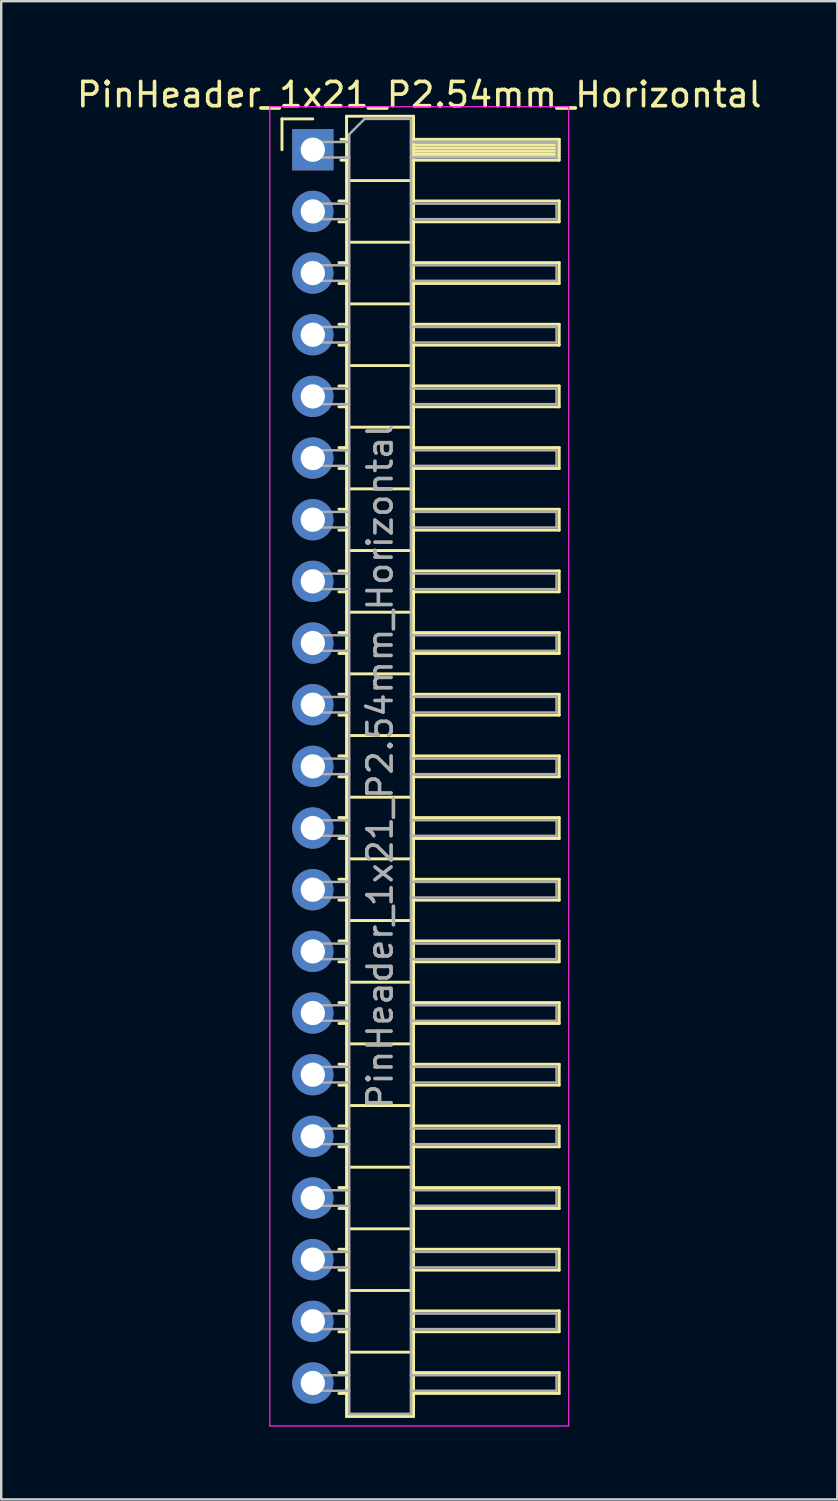
<source format=kicad_pcb>
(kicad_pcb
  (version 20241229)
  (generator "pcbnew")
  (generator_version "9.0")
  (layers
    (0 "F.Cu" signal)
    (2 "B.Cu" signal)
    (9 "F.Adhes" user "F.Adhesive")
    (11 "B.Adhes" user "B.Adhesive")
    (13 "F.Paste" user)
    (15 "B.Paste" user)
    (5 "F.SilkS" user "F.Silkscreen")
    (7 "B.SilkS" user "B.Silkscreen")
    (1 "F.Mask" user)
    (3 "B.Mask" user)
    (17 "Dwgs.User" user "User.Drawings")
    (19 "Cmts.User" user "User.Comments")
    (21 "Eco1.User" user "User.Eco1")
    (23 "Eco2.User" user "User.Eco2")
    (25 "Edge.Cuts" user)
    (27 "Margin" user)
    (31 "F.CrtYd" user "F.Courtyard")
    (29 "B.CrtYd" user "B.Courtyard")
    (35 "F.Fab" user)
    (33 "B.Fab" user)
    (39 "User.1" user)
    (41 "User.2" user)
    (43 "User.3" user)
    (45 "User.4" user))
  (footprint "PinHeader_1x21_P2.54mm_Horizontal"
    (layer "F.Cu")
    (at 9.835 3.118)
    (property "Reference" "PinHeader_1x21_P2.54mm_Horizontal" (at 4.385 -2.27 0) (layer "F.SilkS") (effects (font (size 1 1) (thickness 0.15))))
    (attr through_hole)
    (fp_line (start -1.27 -1.27) (end 0 -1.27) (stroke (width 0.12) (type solid)) (layer "F.SilkS"))
    (fp_line (start -1.27 0) (end -1.27 -1.27) (stroke (width 0.12) (type solid)) (layer "F.SilkS"))
    (fp_line (start 1.077 2.11) (end 1.39 2.11) (stroke (width 0.12) (type solid)) (layer "F.SilkS"))
    (fp_line (start 1.077 2.97) (end 1.39 2.97) (stroke (width 0.12) (type solid)) (layer "F.SilkS"))
    (fp_line (start 1.077 4.65) (end 1.39 4.65) (stroke (width 0.12) (type solid)) (layer "F.SilkS"))
    (fp_line (start 1.077 5.51) (end 1.39 5.51) (stroke (width 0.12) (type solid)) (layer "F.SilkS"))
    (fp_line (start 1.077 7.19) (end 1.39 7.19) (stroke (width 0.12) (type solid)) (layer "F.SilkS"))
    (fp_line (start 1.077 8.05) (end 1.39 8.05) (stroke (width 0.12) (type solid)) (layer "F.SilkS"))
    (fp_line (start 1.077 9.73) (end 1.39 9.73) (stroke (width 0.12) (type solid)) (layer "F.SilkS"))
    (fp_line (start 1.077 10.59) (end 1.39 10.59) (stroke (width 0.12) (type solid)) (layer "F.SilkS"))
    (fp_line (start 1.077 12.27) (end 1.39 12.27) (stroke (width 0.12) (type solid)) (layer "F.SilkS"))
    (fp_line (start 1.077 13.13) (end 1.39 13.13) (stroke (width 0.12) (type solid)) (layer "F.SilkS"))
    (fp_line (start 1.077 14.81) (end 1.39 14.81) (stroke (width 0.12) (type solid)) (layer "F.SilkS"))
    (fp_line (start 1.077 15.67) (end 1.39 15.67) (stroke (width 0.12) (type solid)) (layer "F.SilkS"))
    (fp_line (start 1.077 17.35) (end 1.39 17.35) (stroke (width 0.12) (type solid)) (layer "F.SilkS"))
    (fp_line (start 1.077 18.21) (end 1.39 18.21) (stroke (width 0.12) (type solid)) (layer "F.SilkS"))
    (fp_line (start 1.077 19.89) (end 1.39 19.89) (stroke (width 0.12) (type solid)) (layer "F.SilkS"))
    (fp_line (start 1.077 20.75) (end 1.39 20.75) (stroke (width 0.12) (type solid)) (layer "F.SilkS"))
    (fp_line (start 1.077 22.43) (end 1.39 22.43) (stroke (width 0.12) (type solid)) (layer "F.SilkS"))
    (fp_line (start 1.077 23.29) (end 1.39 23.29) (stroke (width 0.12) (type solid)) (layer "F.SilkS"))
    (fp_line (start 1.077 24.97) (end 1.39 24.97) (stroke (width 0.12) (type solid)) (layer "F.SilkS"))
    (fp_line (start 1.077 25.83) (end 1.39 25.83) (stroke (width 0.12) (type solid)) (layer "F.SilkS"))
    (fp_line (start 1.077 27.51) (end 1.39 27.51) (stroke (width 0.12) (type solid)) (layer "F.SilkS"))
    (fp_line (start 1.077 28.37) (end 1.39 28.37) (stroke (width 0.12) (type solid)) (layer "F.SilkS"))
    (fp_line (start 1.077 30.05) (end 1.39 30.05) (stroke (width 0.12) (type solid)) (layer "F.SilkS"))
    (fp_line (start 1.077 30.91) (end 1.39 30.91) (stroke (width 0.12) (type solid)) (layer "F.SilkS"))
    (fp_line (start 1.077 32.59) (end 1.39 32.59) (stroke (width 0.12) (type solid)) (layer "F.SilkS"))
    (fp_line (start 1.077 33.45) (end 1.39 33.45) (stroke (width 0.12) (type solid)) (layer "F.SilkS"))
    (fp_line (start 1.077 35.13) (end 1.39 35.13) (stroke (width 0.12) (type solid)) (layer "F.SilkS"))
    (fp_line (start 1.077 35.99) (end 1.39 35.99) (stroke (width 0.12) (type solid)) (layer "F.SilkS"))
    (fp_line (start 1.077 37.67) (end 1.39 37.67) (stroke (width 0.12) (type solid)) (layer "F.SilkS"))
    (fp_line (start 1.077 38.53) (end 1.39 38.53) (stroke (width 0.12) (type solid)) (layer "F.SilkS"))
    (fp_line (start 1.077 40.21) (end 1.39 40.21) (stroke (width 0.12) (type solid)) (layer "F.SilkS"))
    (fp_line (start 1.077 41.07) (end 1.39 41.07) (stroke (width 0.12) (type solid)) (layer "F.SilkS"))
    (fp_line (start 1.077 42.75) (end 1.39 42.75) (stroke (width 0.12) (type solid)) (layer "F.SilkS"))
    (fp_line (start 1.077 43.61) (end 1.39 43.61) (stroke (width 0.12) (type solid)) (layer "F.SilkS"))
    (fp_line (start 1.077 45.29) (end 1.39 45.29) (stroke (width 0.12) (type solid)) (layer "F.SilkS"))
    (fp_line (start 1.077 46.15) (end 1.39 46.15) (stroke (width 0.12) (type solid)) (layer "F.SilkS"))
    (fp_line (start 1.077 47.83) (end 1.39 47.83) (stroke (width 0.12) (type solid)) (layer "F.SilkS"))
    (fp_line (start 1.077 48.69) (end 1.39 48.69) (stroke (width 0.12) (type solid)) (layer "F.SilkS"))
    (fp_line (start 1.077 50.37) (end 1.39 50.37) (stroke (width 0.12) (type solid)) (layer "F.SilkS"))
    (fp_line (start 1.077 51.23) (end 1.39 51.23) (stroke (width 0.12) (type solid)) (layer "F.SilkS"))
    (fp_line (start 1.16 -0.43) (end 1.39 -0.43) (stroke (width 0.12) (type solid)) (layer "F.SilkS"))
    (fp_line (start 1.16 0.43) (end 1.39 0.43) (stroke (width 0.12) (type solid)) (layer "F.SilkS"))
    (fp_line (start 1.39 -1.38) (end 1.39 52.18) (stroke (width 0.12) (type solid)) (layer "F.SilkS"))
    (fp_line (start 1.39 1.27) (end 4.15 1.27) (stroke (width 0.12) (type solid)) (layer "F.SilkS"))
    (fp_line (start 1.39 3.81) (end 4.15 3.81) (stroke (width 0.12) (type solid)) (layer "F.SilkS"))
    (fp_line (start 1.39 6.35) (end 4.15 6.35) (stroke (width 0.12) (type solid)) (layer "F.SilkS"))
    (fp_line (start 1.39 8.89) (end 4.15 8.89) (stroke (width 0.12) (type solid)) (layer "F.SilkS"))
    (fp_line (start 1.39 11.43) (end 4.15 11.43) (stroke (width 0.12) (type solid)) (layer "F.SilkS"))
    (fp_line (start 1.39 13.97) (end 4.15 13.97) (stroke (width 0.12) (type solid)) (layer "F.SilkS"))
    (fp_line (start 1.39 16.51) (end 4.15 16.51) (stroke (width 0.12) (type solid)) (layer "F.SilkS"))
    (fp_line (start 1.39 19.05) (end 4.15 19.05) (stroke (width 0.12) (type solid)) (layer "F.SilkS"))
    (fp_line (start 1.39 21.59) (end 4.15 21.59) (stroke (width 0.12) (type solid)) (layer "F.SilkS"))
    (fp_line (start 1.39 24.13) (end 4.15 24.13) (stroke (width 0.12) (type solid)) (layer "F.SilkS"))
    (fp_line (start 1.39 26.67) (end 4.15 26.67) (stroke (width 0.12) (type solid)) (layer "F.SilkS"))
    (fp_line (start 1.39 29.21) (end 4.15 29.21) (stroke (width 0.12) (type solid)) (layer "F.SilkS"))
    (fp_line (start 1.39 31.75) (end 4.15 31.75) (stroke (width 0.12) (type solid)) (layer "F.SilkS"))
    (fp_line (start 1.39 34.29) (end 4.15 34.29) (stroke (width 0.12) (type solid)) (layer "F.SilkS"))
    (fp_line (start 1.39 36.83) (end 4.15 36.83) (stroke (width 0.12) (type solid)) (layer "F.SilkS"))
    (fp_line (start 1.39 39.37) (end 4.15 39.37) (stroke (width 0.12) (type solid)) (layer "F.SilkS"))
    (fp_line (start 1.39 41.91) (end 4.15 41.91) (stroke (width 0.12) (type solid)) (layer "F.SilkS"))
    (fp_line (start 1.39 44.45) (end 4.15 44.45) (stroke (width 0.12) (type solid)) (layer "F.SilkS"))
    (fp_line (start 1.39 46.99) (end 4.15 46.99) (stroke (width 0.12) (type solid)) (layer "F.SilkS"))
    (fp_line (start 1.39 49.53) (end 4.15 49.53) (stroke (width 0.12) (type solid)) (layer "F.SilkS"))
    (fp_line (start 1.39 52.18) (end 4.15 52.18) (stroke (width 0.12) (type solid)) (layer "F.SilkS"))
    (fp_line (start 4.15 -1.38) (end 1.39 -1.38) (stroke (width 0.12) (type solid)) (layer "F.SilkS"))
    (fp_line (start 4.15 -0.43) (end 10.15 -0.43) (stroke (width 0.12) (type solid)) (layer "F.SilkS"))
    (fp_line (start 4.15 -0.32) (end 10.15 -0.32) (stroke (width 0.12) (type solid)) (layer "F.SilkS"))
    (fp_line (start 4.15 -0.2) (end 10.15 -0.2) (stroke (width 0.12) (type solid)) (layer "F.SilkS"))
    (fp_line (start 4.15 -0.08) (end 10.15 -0.08) (stroke (width 0.12) (type solid)) (layer "F.SilkS"))
    (fp_line (start 4.15 0.04) (end 10.15 0.04) (stroke (width 0.12) (type solid)) (layer "F.SilkS"))
    (fp_line (start 4.15 0.16) (end 10.15 0.16) (stroke (width 0.12) (type solid)) (layer "F.SilkS"))
    (fp_line (start 4.15 0.28) (end 10.15 0.28) (stroke (width 0.12) (type solid)) (layer "F.SilkS"))
    (fp_line (start 4.15 2.11) (end 10.15 2.11) (stroke (width 0.12) (type solid)) (layer "F.SilkS"))
    (fp_line (start 4.15 4.65) (end 10.15 4.65) (stroke (width 0.12) (type solid)) (layer "F.SilkS"))
    (fp_line (start 4.15 7.19) (end 10.15 7.19) (stroke (width 0.12) (type solid)) (layer "F.SilkS"))
    (fp_line (start 4.15 9.73) (end 10.15 9.73) (stroke (width 0.12) (type solid)) (layer "F.SilkS"))
    (fp_line (start 4.15 12.27) (end 10.15 12.27) (stroke (width 0.12) (type solid)) (layer "F.SilkS"))
    (fp_line (start 4.15 14.81) (end 10.15 14.81) (stroke (width 0.12) (type solid)) (layer "F.SilkS"))
    (fp_line (start 4.15 17.35) (end 10.15 17.35) (stroke (width 0.12) (type solid)) (layer "F.SilkS"))
    (fp_line (start 4.15 19.89) (end 10.15 19.89) (stroke (width 0.12) (type solid)) (layer "F.SilkS"))
    (fp_line (start 4.15 22.43) (end 10.15 22.43) (stroke (width 0.12) (type solid)) (layer "F.SilkS"))
    (fp_line (start 4.15 24.97) (end 10.15 24.97) (stroke (width 0.12) (type solid)) (layer "F.SilkS"))
    (fp_line (start 4.15 27.51) (end 10.15 27.51) (stroke (width 0.12) (type solid)) (layer "F.SilkS"))
    (fp_line (start 4.15 30.05) (end 10.15 30.05) (stroke (width 0.12) (type solid)) (layer "F.SilkS"))
    (fp_line (start 4.15 32.59) (end 10.15 32.59) (stroke (width 0.12) (type solid)) (layer "F.SilkS"))
    (fp_line (start 4.15 35.13) (end 10.15 35.13) (stroke (width 0.12) (type solid)) (layer "F.SilkS"))
    (fp_line (start 4.15 37.67) (end 10.15 37.67) (stroke (width 0.12) (type solid)) (layer "F.SilkS"))
    (fp_line (start 4.15 40.21) (end 10.15 40.21) (stroke (width 0.12) (type solid)) (layer "F.SilkS"))
    (fp_line (start 4.15 42.75) (end 10.15 42.75) (stroke (width 0.12) (type solid)) (layer "F.SilkS"))
    (fp_line (start 4.15 45.29) (end 10.15 45.29) (stroke (width 0.12) (type solid)) (layer "F.SilkS"))
    (fp_line (start 4.15 47.83) (end 10.15 47.83) (stroke (width 0.12) (type solid)) (layer "F.SilkS"))
    (fp_line (start 4.15 50.37) (end 10.15 50.37) (stroke (width 0.12) (type solid)) (layer "F.SilkS"))
    (fp_line (start 4.15 52.18) (end 4.15 -1.38) (stroke (width 0.12) (type solid)) (layer "F.SilkS"))
    (fp_line (start 10.15 -0.43) (end 10.15 0.43) (stroke (width 0.12) (type solid)) (layer "F.SilkS"))
    (fp_line (start 10.15 0.43) (end 4.15 0.43) (stroke (width 0.12) (type solid)) (layer "F.SilkS"))
    (fp_line (start 10.15 2.11) (end 10.15 2.97) (stroke (width 0.12) (type solid)) (layer "F.SilkS"))
    (fp_line (start 10.15 2.97) (end 4.15 2.97) (stroke (width 0.12) (type solid)) (layer "F.SilkS"))
    (fp_line (start 10.15 4.65) (end 10.15 5.51) (stroke (width 0.12) (type solid)) (layer "F.SilkS"))
    (fp_line (start 10.15 5.51) (end 4.15 5.51) (stroke (width 0.12) (type solid)) (layer "F.SilkS"))
    (fp_line (start 10.15 7.19) (end 10.15 8.05) (stroke (width 0.12) (type solid)) (layer "F.SilkS"))
    (fp_line (start 10.15 8.05) (end 4.15 8.05) (stroke (width 0.12) (type solid)) (layer "F.SilkS"))
    (fp_line (start 10.15 9.73) (end 10.15 10.59) (stroke (width 0.12) (type solid)) (layer "F.SilkS"))
    (fp_line (start 10.15 10.59) (end 4.15 10.59) (stroke (width 0.12) (type solid)) (layer "F.SilkS"))
    (fp_line (start 10.15 12.27) (end 10.15 13.13) (stroke (width 0.12) (type solid)) (layer "F.SilkS"))
    (fp_line (start 10.15 13.13) (end 4.15 13.13) (stroke (width 0.12) (type solid)) (layer "F.SilkS"))
    (fp_line (start 10.15 14.81) (end 10.15 15.67) (stroke (width 0.12) (type solid)) (layer "F.SilkS"))
    (fp_line (start 10.15 15.67) (end 4.15 15.67) (stroke (width 0.12) (type solid)) (layer "F.SilkS"))
    (fp_line (start 10.15 17.35) (end 10.15 18.21) (stroke (width 0.12) (type solid)) (layer "F.SilkS"))
    (fp_line (start 10.15 18.21) (end 4.15 18.21) (stroke (width 0.12) (type solid)) (layer "F.SilkS"))
    (fp_line (start 10.15 19.89) (end 10.15 20.75) (stroke (width 0.12) (type solid)) (layer "F.SilkS"))
    (fp_line (start 10.15 20.75) (end 4.15 20.75) (stroke (width 0.12) (type solid)) (layer "F.SilkS"))
    (fp_line (start 10.15 22.43) (end 10.15 23.29) (stroke (width 0.12) (type solid)) (layer "F.SilkS"))
    (fp_line (start 10.15 23.29) (end 4.15 23.29) (stroke (width 0.12) (type solid)) (layer "F.SilkS"))
    (fp_line (start 10.15 24.97) (end 10.15 25.83) (stroke (width 0.12) (type solid)) (layer "F.SilkS"))
    (fp_line (start 10.15 25.83) (end 4.15 25.83) (stroke (width 0.12) (type solid)) (layer "F.SilkS"))
    (fp_line (start 10.15 27.51) (end 10.15 28.37) (stroke (width 0.12) (type solid)) (layer "F.SilkS"))
    (fp_line (start 10.15 28.37) (end 4.15 28.37) (stroke (width 0.12) (type solid)) (layer "F.SilkS"))
    (fp_line (start 10.15 30.05) (end 10.15 30.91) (stroke (width 0.12) (type solid)) (layer "F.SilkS"))
    (fp_line (start 10.15 30.91) (end 4.15 30.91) (stroke (width 0.12) (type solid)) (layer "F.SilkS"))
    (fp_line (start 10.15 32.59) (end 10.15 33.45) (stroke (width 0.12) (type solid)) (layer "F.SilkS"))
    (fp_line (start 10.15 33.45) (end 4.15 33.45) (stroke (width 0.12) (type solid)) (layer "F.SilkS"))
    (fp_line (start 10.15 35.13) (end 10.15 35.99) (stroke (width 0.12) (type solid)) (layer "F.SilkS"))
    (fp_line (start 10.15 35.99) (end 4.15 35.99) (stroke (width 0.12) (type solid)) (layer "F.SilkS"))
    (fp_line (start 10.15 37.67) (end 10.15 38.53) (stroke (width 0.12) (type solid)) (layer "F.SilkS"))
    (fp_line (start 10.15 38.53) (end 4.15 38.53) (stroke (width 0.12) (type solid)) (layer "F.SilkS"))
    (fp_line (start 10.15 40.21) (end 10.15 41.07) (stroke (width 0.12) (type solid)) (layer "F.SilkS"))
    (fp_line (start 10.15 41.07) (end 4.15 41.07) (stroke (width 0.12) (type solid)) (layer "F.SilkS"))
    (fp_line (start 10.15 42.75) (end 10.15 43.61) (stroke (width 0.12) (type solid)) (layer "F.SilkS"))
    (fp_line (start 10.15 43.61) (end 4.15 43.61) (stroke (width 0.12) (type solid)) (layer "F.SilkS"))
    (fp_line (start 10.15 45.29) (end 10.15 46.15) (stroke (width 0.12) (type solid)) (layer "F.SilkS"))
    (fp_line (start 10.15 46.15) (end 4.15 46.15) (stroke (width 0.12) (type solid)) (layer "F.SilkS"))
    (fp_line (start 10.15 47.83) (end 10.15 48.69) (stroke (width 0.12) (type solid)) (layer "F.SilkS"))
    (fp_line (start 10.15 48.69) (end 4.15 48.69) (stroke (width 0.12) (type solid)) (layer "F.SilkS"))
    (fp_line (start 10.15 50.37) (end 10.15 51.23) (stroke (width 0.12) (type solid)) (layer "F.SilkS"))
    (fp_line (start 10.15 51.23) (end 4.15 51.23) (stroke (width 0.12) (type solid)) (layer "F.SilkS"))
    (fp_line (start -1.77 -1.77) (end -1.77 52.57) (stroke (width 0.05) (type solid)) (layer "F.CrtYd"))
    (fp_line (start -1.77 52.57) (end 10.54 52.57) (stroke (width 0.05) (type solid)) (layer "F.CrtYd"))
    (fp_line (start 10.54 -1.77) (end -1.77 -1.77) (stroke (width 0.05) (type solid)) (layer "F.CrtYd"))
    (fp_line (start 10.54 52.57) (end 10.54 -1.77) (stroke (width 0.05) (type solid)) (layer "F.CrtYd"))
    (fp_line (start -0.32 -0.32) (end -0.32 0.32) (stroke (width 0.1) (type solid)) (layer "F.Fab"))
    (fp_line (start -0.32 -0.32) (end 1.5 -0.32) (stroke (width 0.1) (type solid)) (layer "F.Fab"))
    (fp_line (start -0.32 0.32) (end 1.5 0.32) (stroke (width 0.1) (type solid)) (layer "F.Fab"))
    (fp_line (start -0.32 2.22) (end -0.32 2.86) (stroke (width 0.1) (type solid)) (layer "F.Fab"))
    (fp_line (start -0.32 2.22) (end 1.5 2.22) (stroke (width 0.1) (type solid)) (layer "F.Fab"))
    (fp_line (start -0.32 2.86) (end 1.5 2.86) (stroke (width 0.1) (type solid)) (layer "F.Fab"))
    (fp_line (start -0.32 4.76) (end -0.32 5.4) (stroke (width 0.1) (type solid)) (layer "F.Fab"))
    (fp_line (start -0.32 4.76) (end 1.5 4.76) (stroke (width 0.1) (type solid)) (layer "F.Fab"))
    (fp_line (start -0.32 5.4) (end 1.5 5.4) (stroke (width 0.1) (type solid)) (layer "F.Fab"))
    (fp_line (start -0.32 7.3) (end -0.32 7.94) (stroke (width 0.1) (type solid)) (layer "F.Fab"))
    (fp_line (start -0.32 7.3) (end 1.5 7.3) (stroke (width 0.1) (type solid)) (layer "F.Fab"))
    (fp_line (start -0.32 7.94) (end 1.5 7.94) (stroke (width 0.1) (type solid)) (layer "F.Fab"))
    (fp_line (start -0.32 9.84) (end -0.32 10.48) (stroke (width 0.1) (type solid)) (layer "F.Fab"))
    (fp_line (start -0.32 9.84) (end 1.5 9.84) (stroke (width 0.1) (type solid)) (layer "F.Fab"))
    (fp_line (start -0.32 10.48) (end 1.5 10.48) (stroke (width 0.1) (type solid)) (layer "F.Fab"))
    (fp_line (start -0.32 12.38) (end -0.32 13.02) (stroke (width 0.1) (type solid)) (layer "F.Fab"))
    (fp_line (start -0.32 12.38) (end 1.5 12.38) (stroke (width 0.1) (type solid)) (layer "F.Fab"))
    (fp_line (start -0.32 13.02) (end 1.5 13.02) (stroke (width 0.1) (type solid)) (layer "F.Fab"))
    (fp_line (start -0.32 14.92) (end -0.32 15.56) (stroke (width 0.1) (type solid)) (layer "F.Fab"))
    (fp_line (start -0.32 14.92) (end 1.5 14.92) (stroke (width 0.1) (type solid)) (layer "F.Fab"))
    (fp_line (start -0.32 15.56) (end 1.5 15.56) (stroke (width 0.1) (type solid)) (layer "F.Fab"))
    (fp_line (start -0.32 17.46) (end -0.32 18.1) (stroke (width 0.1) (type solid)) (layer "F.Fab"))
    (fp_line (start -0.32 17.46) (end 1.5 17.46) (stroke (width 0.1) (type solid)) (layer "F.Fab"))
    (fp_line (start -0.32 18.1) (end 1.5 18.1) (stroke (width 0.1) (type solid)) (layer "F.Fab"))
    (fp_line (start -0.32 20) (end -0.32 20.64) (stroke (width 0.1) (type solid)) (layer "F.Fab"))
    (fp_line (start -0.32 20) (end 1.5 20) (stroke (width 0.1) (type solid)) (layer "F.Fab"))
    (fp_line (start -0.32 20.64) (end 1.5 20.64) (stroke (width 0.1) (type solid)) (layer "F.Fab"))
    (fp_line (start -0.32 22.54) (end -0.32 23.18) (stroke (width 0.1) (type solid)) (layer "F.Fab"))
    (fp_line (start -0.32 22.54) (end 1.5 22.54) (stroke (width 0.1) (type solid)) (layer "F.Fab"))
    (fp_line (start -0.32 23.18) (end 1.5 23.18) (stroke (width 0.1) (type solid)) (layer "F.Fab"))
    (fp_line (start -0.32 25.08) (end -0.32 25.72) (stroke (width 0.1) (type solid)) (layer "F.Fab"))
    (fp_line (start -0.32 25.08) (end 1.5 25.08) (stroke (width 0.1) (type solid)) (layer "F.Fab"))
    (fp_line (start -0.32 25.72) (end 1.5 25.72) (stroke (width 0.1) (type solid)) (layer "F.Fab"))
    (fp_line (start -0.32 27.62) (end -0.32 28.26) (stroke (width 0.1) (type solid)) (layer "F.Fab"))
    (fp_line (start -0.32 27.62) (end 1.5 27.62) (stroke (width 0.1) (type solid)) (layer "F.Fab"))
    (fp_line (start -0.32 28.26) (end 1.5 28.26) (stroke (width 0.1) (type solid)) (layer "F.Fab"))
    (fp_line (start -0.32 30.16) (end -0.32 30.8) (stroke (width 0.1) (type solid)) (layer "F.Fab"))
    (fp_line (start -0.32 30.16) (end 1.5 30.16) (stroke (width 0.1) (type solid)) (layer "F.Fab"))
    (fp_line (start -0.32 30.8) (end 1.5 30.8) (stroke (width 0.1) (type solid)) (layer "F.Fab"))
    (fp_line (start -0.32 32.7) (end -0.32 33.34) (stroke (width 0.1) (type solid)) (layer "F.Fab"))
    (fp_line (start -0.32 32.7) (end 1.5 32.7) (stroke (width 0.1) (type solid)) (layer "F.Fab"))
    (fp_line (start -0.32 33.34) (end 1.5 33.34) (stroke (width 0.1) (type solid)) (layer "F.Fab"))
    (fp_line (start -0.32 35.24) (end -0.32 35.88) (stroke (width 0.1) (type solid)) (layer "F.Fab"))
    (fp_line (start -0.32 35.24) (end 1.5 35.24) (stroke (width 0.1) (type solid)) (layer "F.Fab"))
    (fp_line (start -0.32 35.88) (end 1.5 35.88) (stroke (width 0.1) (type solid)) (layer "F.Fab"))
    (fp_line (start -0.32 37.78) (end -0.32 38.42) (stroke (width 0.1) (type solid)) (layer "F.Fab"))
    (fp_line (start -0.32 37.78) (end 1.5 37.78) (stroke (width 0.1) (type solid)) (layer "F.Fab"))
    (fp_line (start -0.32 38.42) (end 1.5 38.42) (stroke (width 0.1) (type solid)) (layer "F.Fab"))
    (fp_line (start -0.32 40.32) (end -0.32 40.96) (stroke (width 0.1) (type solid)) (layer "F.Fab"))
    (fp_line (start -0.32 40.32) (end 1.5 40.32) (stroke (width 0.1) (type solid)) (layer "F.Fab"))
    (fp_line (start -0.32 40.96) (end 1.5 40.96) (stroke (width 0.1) (type solid)) (layer "F.Fab"))
    (fp_line (start -0.32 42.86) (end -0.32 43.5) (stroke (width 0.1) (type solid)) (layer "F.Fab"))
    (fp_line (start -0.32 42.86) (end 1.5 42.86) (stroke (width 0.1) (type solid)) (layer "F.Fab"))
    (fp_line (start -0.32 43.5) (end 1.5 43.5) (stroke (width 0.1) (type solid)) (layer "F.Fab"))
    (fp_line (start -0.32 45.4) (end -0.32 46.04) (stroke (width 0.1) (type solid)) (layer "F.Fab"))
    (fp_line (start -0.32 45.4) (end 1.5 45.4) (stroke (width 0.1) (type solid)) (layer "F.Fab"))
    (fp_line (start -0.32 46.04) (end 1.5 46.04) (stroke (width 0.1) (type solid)) (layer "F.Fab"))
    (fp_line (start -0.32 47.94) (end -0.32 48.58) (stroke (width 0.1) (type solid)) (layer "F.Fab"))
    (fp_line (start -0.32 47.94) (end 1.5 47.94) (stroke (width 0.1) (type solid)) (layer "F.Fab"))
    (fp_line (start -0.32 48.58) (end 1.5 48.58) (stroke (width 0.1) (type solid)) (layer "F.Fab"))
    (fp_line (start -0.32 50.48) (end -0.32 51.12) (stroke (width 0.1) (type solid)) (layer "F.Fab"))
    (fp_line (start -0.32 50.48) (end 1.5 50.48) (stroke (width 0.1) (type solid)) (layer "F.Fab"))
    (fp_line (start -0.32 51.12) (end 1.5 51.12) (stroke (width 0.1) (type solid)) (layer "F.Fab"))
    (fp_line (start 1.5 -0.635) (end 2.135 -1.27) (stroke (width 0.1) (type solid)) (layer "F.Fab"))
    (fp_line (start 1.5 52.07) (end 1.5 -0.635) (stroke (width 0.1) (type solid)) (layer "F.Fab"))
    (fp_line (start 2.135 -1.27) (end 4.04 -1.27) (stroke (width 0.1) (type solid)) (layer "F.Fab"))
    (fp_line (start 4.04 -1.27) (end 4.04 52.07) (stroke (width 0.1) (type solid)) (layer "F.Fab"))
    (fp_line (start 4.04 -0.32) (end 10.04 -0.32) (stroke (width 0.1) (type solid)) (layer "F.Fab"))
    (fp_line (start 4.04 0.32) (end 10.04 0.32) (stroke (width 0.1) (type solid)) (layer "F.Fab"))
    (fp_line (start 4.04 2.22) (end 10.04 2.22) (stroke (width 0.1) (type solid)) (layer "F.Fab"))
    (fp_line (start 4.04 2.86) (end 10.04 2.86) (stroke (width 0.1) (type solid)) (layer "F.Fab"))
    (fp_line (start 4.04 4.76) (end 10.04 4.76) (stroke (width 0.1) (type solid)) (layer "F.Fab"))
    (fp_line (start 4.04 5.4) (end 10.04 5.4) (stroke (width 0.1) (type solid)) (layer "F.Fab"))
    (fp_line (start 4.04 7.3) (end 10.04 7.3) (stroke (width 0.1) (type solid)) (layer "F.Fab"))
    (fp_line (start 4.04 7.94) (end 10.04 7.94) (stroke (width 0.1) (type solid)) (layer "F.Fab"))
    (fp_line (start 4.04 9.84) (end 10.04 9.84) (stroke (width 0.1) (type solid)) (layer "F.Fab"))
    (fp_line (start 4.04 10.48) (end 10.04 10.48) (stroke (width 0.1) (type solid)) (layer "F.Fab"))
    (fp_line (start 4.04 12.38) (end 10.04 12.38) (stroke (width 0.1) (type solid)) (layer "F.Fab"))
    (fp_line (start 4.04 13.02) (end 10.04 13.02) (stroke (width 0.1) (type solid)) (layer "F.Fab"))
    (fp_line (start 4.04 14.92) (end 10.04 14.92) (stroke (width 0.1) (type solid)) (layer "F.Fab"))
    (fp_line (start 4.04 15.56) (end 10.04 15.56) (stroke (width 0.1) (type solid)) (layer "F.Fab"))
    (fp_line (start 4.04 17.46) (end 10.04 17.46) (stroke (width 0.1) (type solid)) (layer "F.Fab"))
    (fp_line (start 4.04 18.1) (end 10.04 18.1) (stroke (width 0.1) (type solid)) (layer "F.Fab"))
    (fp_line (start 4.04 20) (end 10.04 20) (stroke (width 0.1) (type solid)) (layer "F.Fab"))
    (fp_line (start 4.04 20.64) (end 10.04 20.64) (stroke (width 0.1) (type solid)) (layer "F.Fab"))
    (fp_line (start 4.04 22.54) (end 10.04 22.54) (stroke (width 0.1) (type solid)) (layer "F.Fab"))
    (fp_line (start 4.04 23.18) (end 10.04 23.18) (stroke (width 0.1) (type solid)) (layer "F.Fab"))
    (fp_line (start 4.04 25.08) (end 10.04 25.08) (stroke (width 0.1) (type solid)) (layer "F.Fab"))
    (fp_line (start 4.04 25.72) (end 10.04 25.72) (stroke (width 0.1) (type solid)) (layer "F.Fab"))
    (fp_line (start 4.04 27.62) (end 10.04 27.62) (stroke (width 0.1) (type solid)) (layer "F.Fab"))
    (fp_line (start 4.04 28.26) (end 10.04 28.26) (stroke (width 0.1) (type solid)) (layer "F.Fab"))
    (fp_line (start 4.04 30.16) (end 10.04 30.16) (stroke (width 0.1) (type solid)) (layer "F.Fab"))
    (fp_line (start 4.04 30.8) (end 10.04 30.8) (stroke (width 0.1) (type solid)) (layer "F.Fab"))
    (fp_line (start 4.04 32.7) (end 10.04 32.7) (stroke (width 0.1) (type solid)) (layer "F.Fab"))
    (fp_line (start 4.04 33.34) (end 10.04 33.34) (stroke (width 0.1) (type solid)) (layer "F.Fab"))
    (fp_line (start 4.04 35.24) (end 10.04 35.24) (stroke (width 0.1) (type solid)) (layer "F.Fab"))
    (fp_line (start 4.04 35.88) (end 10.04 35.88) (stroke (width 0.1) (type solid)) (layer "F.Fab"))
    (fp_line (start 4.04 37.78) (end 10.04 37.78) (stroke (width 0.1) (type solid)) (layer "F.Fab"))
    (fp_line (start 4.04 38.42) (end 10.04 38.42) (stroke (width 0.1) (type solid)) (layer "F.Fab"))
    (fp_line (start 4.04 40.32) (end 10.04 40.32) (stroke (width 0.1) (type solid)) (layer "F.Fab"))
    (fp_line (start 4.04 40.96) (end 10.04 40.96) (stroke (width 0.1) (type solid)) (layer "F.Fab"))
    (fp_line (start 4.04 42.86) (end 10.04 42.86) (stroke (width 0.1) (type solid)) (layer "F.Fab"))
    (fp_line (start 4.04 43.5) (end 10.04 43.5) (stroke (width 0.1) (type solid)) (layer "F.Fab"))
    (fp_line (start 4.04 45.4) (end 10.04 45.4) (stroke (width 0.1) (type solid)) (layer "F.Fab"))
    (fp_line (start 4.04 46.04) (end 10.04 46.04) (stroke (width 0.1) (type solid)) (layer "F.Fab"))
    (fp_line (start 4.04 47.94) (end 10.04 47.94) (stroke (width 0.1) (type solid)) (layer "F.Fab"))
    (fp_line (start 4.04 48.58) (end 10.04 48.58) (stroke (width 0.1) (type solid)) (layer "F.Fab"))
    (fp_line (start 4.04 50.48) (end 10.04 50.48) (stroke (width 0.1) (type solid)) (layer "F.Fab"))
    (fp_line (start 4.04 51.12) (end 10.04 51.12) (stroke (width 0.1) (type solid)) (layer "F.Fab"))
    (fp_line (start 4.04 52.07) (end 1.5 52.07) (stroke (width 0.1) (type solid)) (layer "F.Fab"))
    (fp_line (start 10.04 -0.32) (end 10.04 0.32) (stroke (width 0.1) (type solid)) (layer "F.Fab"))
    (fp_line (start 10.04 2.22) (end 10.04 2.86) (stroke (width 0.1) (type solid)) (layer "F.Fab"))
    (fp_line (start 10.04 4.76) (end 10.04 5.4) (stroke (width 0.1) (type solid)) (layer "F.Fab"))
    (fp_line (start 10.04 7.3) (end 10.04 7.94) (stroke (width 0.1) (type solid)) (layer "F.Fab"))
    (fp_line (start 10.04 9.84) (end 10.04 10.48) (stroke (width 0.1) (type solid)) (layer "F.Fab"))
    (fp_line (start 10.04 12.38) (end 10.04 13.02) (stroke (width 0.1) (type solid)) (layer "F.Fab"))
    (fp_line (start 10.04 14.92) (end 10.04 15.56) (stroke (width 0.1) (type solid)) (layer "F.Fab"))
    (fp_line (start 10.04 17.46) (end 10.04 18.1) (stroke (width 0.1) (type solid)) (layer "F.Fab"))
    (fp_line (start 10.04 20) (end 10.04 20.64) (stroke (width 0.1) (type solid)) (layer "F.Fab"))
    (fp_line (start 10.04 22.54) (end 10.04 23.18) (stroke (width 0.1) (type solid)) (layer "F.Fab"))
    (fp_line (start 10.04 25.08) (end 10.04 25.72) (stroke (width 0.1) (type solid)) (layer "F.Fab"))
    (fp_line (start 10.04 27.62) (end 10.04 28.26) (stroke (width 0.1) (type solid)) (layer "F.Fab"))
    (fp_line (start 10.04 30.16) (end 10.04 30.8) (stroke (width 0.1) (type solid)) (layer "F.Fab"))
    (fp_line (start 10.04 32.7) (end 10.04 33.34) (stroke (width 0.1) (type solid)) (layer "F.Fab"))
    (fp_line (start 10.04 35.24) (end 10.04 35.88) (stroke (width 0.1) (type solid)) (layer "F.Fab"))
    (fp_line (start 10.04 37.78) (end 10.04 38.42) (stroke (width 0.1) (type solid)) (layer "F.Fab"))
    (fp_line (start 10.04 40.32) (end 10.04 40.96) (stroke (width 0.1) (type solid)) (layer "F.Fab"))
    (fp_line (start 10.04 42.86) (end 10.04 43.5) (stroke (width 0.1) (type solid)) (layer "F.Fab"))
    (fp_line (start 10.04 45.4) (end 10.04 46.04) (stroke (width 0.1) (type solid)) (layer "F.Fab"))
    (fp_line (start 10.04 47.94) (end 10.04 48.58) (stroke (width 0.1) (type solid)) (layer "F.Fab"))
    (fp_line (start 10.04 50.48) (end 10.04 51.12) (stroke (width 0.1) (type solid)) (layer "F.Fab"))
    (fp_text user "${REFERENCE}" (at 2.77 25.4 90) (layer "F.Fab") (effects (font (size 1 1) (thickness 0.15))))
    (pad "1" thru_hole rect (at 0 0) (size 1.7 1.7) (drill 1) (layers "*.Cu" "*.Mask"))
    (pad "2" thru_hole circle (at 0 2.54) (size 1.7 1.7) (drill 1) (layers "*.Cu" "*.Mask"))
    (pad "3" thru_hole circle (at 0 5.08) (size 1.7 1.7) (drill 1) (layers "*.Cu" "*.Mask"))
    (pad "4" thru_hole circle (at 0 7.62) (size 1.7 1.7) (drill 1) (layers "*.Cu" "*.Mask"))
    (pad "5" thru_hole circle (at 0 10.16) (size 1.7 1.7) (drill 1) (layers "*.Cu" "*.Mask"))
    (pad "6" thru_hole circle (at 0 12.7) (size 1.7 1.7) (drill 1) (layers "*.Cu" "*.Mask"))
    (pad "7" thru_hole circle (at 0 15.24) (size 1.7 1.7) (drill 1) (layers "*.Cu" "*.Mask"))
    (pad "8" thru_hole circle (at 0 17.78) (size 1.7 1.7) (drill 1) (layers "*.Cu" "*.Mask"))
    (pad "9" thru_hole circle (at 0 20.32) (size 1.7 1.7) (drill 1) (layers "*.Cu" "*.Mask"))
    (pad "10" thru_hole circle (at 0 22.86) (size 1.7 1.7) (drill 1) (layers "*.Cu" "*.Mask"))
    (pad "11" thru_hole circle (at 0 25.4) (size 1.7 1.7) (drill 1) (layers "*.Cu" "*.Mask"))
    (pad "12" thru_hole circle (at 0 27.94) (size 1.7 1.7) (drill 1) (layers "*.Cu" "*.Mask"))
    (pad "13" thru_hole circle (at 0 30.48) (size 1.7 1.7) (drill 1) (layers "*.Cu" "*.Mask"))
    (pad "14" thru_hole circle (at 0 33.02) (size 1.7 1.7) (drill 1) (layers "*.Cu" "*.Mask"))
    (pad "15" thru_hole circle (at 0 35.56) (size 1.7 1.7) (drill 1) (layers "*.Cu" "*.Mask"))
    (pad "16" thru_hole circle (at 0 38.1) (size 1.7 1.7) (drill 1) (layers "*.Cu" "*.Mask"))
    (pad "17" thru_hole circle (at 0 40.64) (size 1.7 1.7) (drill 1) (layers "*.Cu" "*.Mask"))
    (pad "18" thru_hole circle (at 0 43.18) (size 1.7 1.7) (drill 1) (layers "*.Cu" "*.Mask"))
    (pad "19" thru_hole circle (at 0 45.72) (size 1.7 1.7) (drill 1) (layers "*.Cu" "*.Mask"))
    (pad "20" thru_hole circle (at 0 48.26) (size 1.7 1.7) (drill 1) (layers "*.Cu" "*.Mask"))
    (pad "21" thru_hole circle (at 0 50.8) (size 1.7 1.7) (drill 1) (layers "*.Cu" "*.Mask")))
  (gr_rect
    (start -3 -3)
    (end 31.44 58.713)
    (stroke (width 0.1) (type default))
    (fill no)
    (layer "Edge.Cuts")))
</source>
